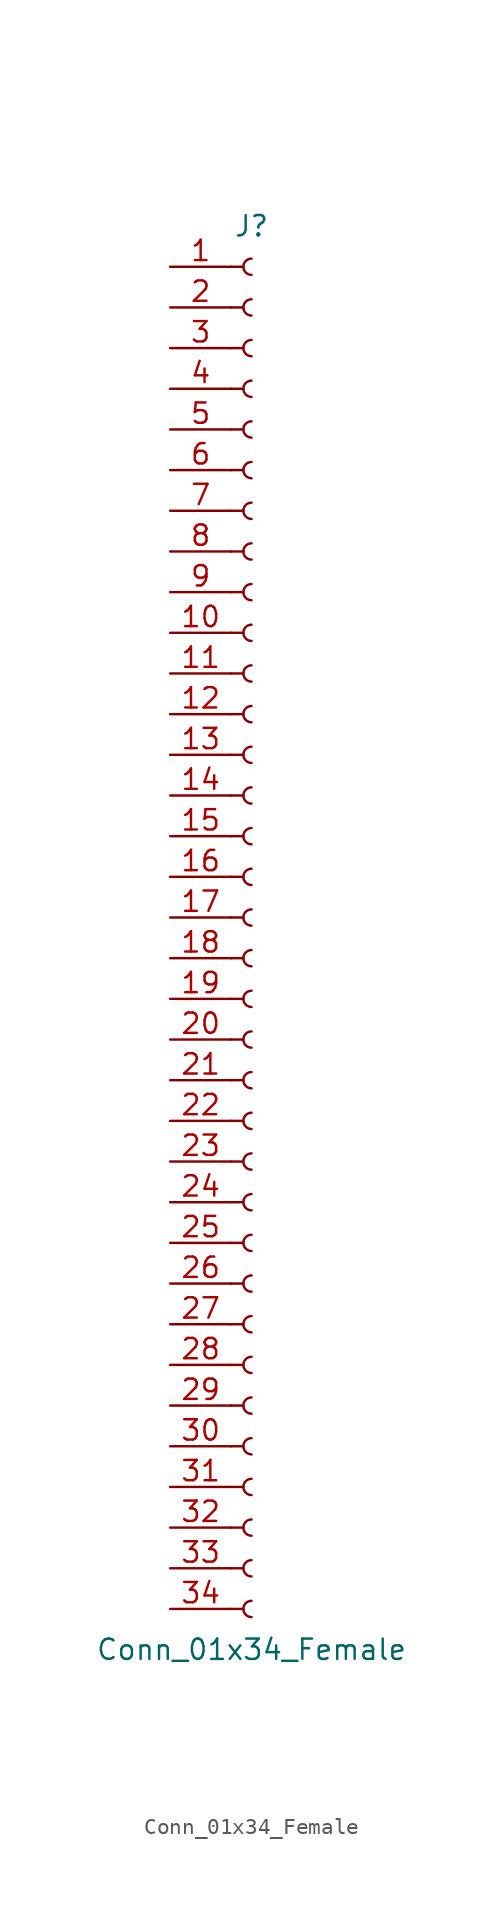
<source format=kicad_sym>
(kicad_symbol_lib
  (version 20201005)
  (generator kicad_symbol_editor)
  (symbol "Connector:Conn_01x34_Female"
    (pin_names
      (offset 1.016) hide)
    (property "Reference" "J"
      (at 0 43.18 0)
      (effects (font (size 1.27 1.27))))
    (property "Value" "Conn_01x34_Female"
      (at 0 -45.72 0)
      (effects (font (size 1.27 1.27))))
    (symbol "Conn_01x34_Female_1_1"
      (arc (start 0 -42.672) (end 0 -43.688) (radius (at 0 -43.18) (length 0.508) (angles 90.1 -90.1)) (stroke (width 0.1524)) (fill (type none)))
      (arc (start 0 -40.132) (end 0 -41.148) (radius (at 0 -40.64) (length 0.508) (angles 90.1 -90.1)) (stroke (width 0.1524)) (fill (type none)))
      (arc (start 0 -37.592) (end 0 -38.608) (radius (at 0 -38.1) (length 0.508) (angles 90.1 -90.1)) (stroke (width 0.1524)) (fill (type none)))
      (arc (start 0 -35.052) (end 0 -36.068) (radius (at 0 -35.56) (length 0.508) (angles 90.1 -90.1)) (stroke (width 0.1524)) (fill (type none)))
      (arc (start 0 -32.512) (end 0 -33.528) (radius (at 0 -33.02) (length 0.508) (angles 90.1 -90.1)) (stroke (width 0.1524)) (fill (type none)))
      (arc (start 0 -29.972) (end 0 -30.988) (radius (at 0 -30.48) (length 0.508) (angles 90.1 -90.1)) (stroke (width 0.1524)) (fill (type none)))
      (arc (start 0 -27.432) (end 0 -28.448) (radius (at 0 -27.94) (length 0.508) (angles 90.1 -90.1)) (stroke (width 0.1524)) (fill (type none)))
      (arc (start 0 -24.892) (end 0 -25.908) (radius (at 0 -25.4) (length 0.508) (angles 90.1 -90.1)) (stroke (width 0.1524)) (fill (type none)))
      (arc (start 0 -22.352) (end 0 -23.368) (radius (at 0 -22.86) (length 0.508) (angles 90.1 -90.1)) (stroke (width 0.1524)) (fill (type none)))
      (arc (start 0 -19.812) (end 0 -20.828) (radius (at 0 -20.32) (length 0.508) (angles 90.1 -90.1)) (stroke (width 0.1524)) (fill (type none)))
      (arc (start 0 -17.272) (end 0 -18.288) (radius (at 0 -17.78) (length 0.508) (angles 90.1 -90.1)) (stroke (width 0.1524)) (fill (type none)))
      (arc (start 0 -14.732) (end 0 -15.748) (radius (at 0 -15.24) (length 0.508) (angles 90.1 -90.1)) (stroke (width 0.1524)) (fill (type none)))
      (arc (start 0 -12.192) (end 0 -13.208) (radius (at 0 -12.7) (length 0.508) (angles 90.1 -90.1)) (stroke (width 0.1524)) (fill (type none)))
      (arc (start 0 -9.652) (end 0 -10.668) (radius (at 0 -10.16) (length 0.508) (angles 90.1 -90.1)) (stroke (width 0.1524)) (fill (type none)))
      (arc (start 0 -7.112) (end 0 -8.128) (radius (at 0 -7.62) (length 0.508) (angles 90.1 -90.1)) (stroke (width 0.1524)) (fill (type none)))
      (arc (start 0 -4.572) (end 0 -5.588) (radius (at 0 -5.08) (length 0.508) (angles 90.1 -90.1)) (stroke (width 0.1524)) (fill (type none)))
      (arc (start 0 -2.032) (end 0 -3.048) (radius (at 0 -2.54) (length 0.508) (angles 90.1 -90.1)) (stroke (width 0.1524)) (fill (type none)))
      (arc (start 0 0.508) (end 0 -0.508) (radius (at 0 0) (length 0.508) (angles 90.1 -90.1)) (stroke (width 0.1524)) (fill (type none)))
      (arc (start 0 3.048) (end 0 2.032) (radius (at 0 2.54) (length 0.508) (angles 90.1 -90.1)) (stroke (width 0.1524)) (fill (type none)))
      (arc (start 0 5.588) (end 0 4.572) (radius (at 0 5.08) (length 0.508) (angles 90.1 -90.1)) (stroke (width 0.1524)) (fill (type none)))
      (arc (start 0 8.128) (end 0 7.112) (radius (at 0 7.62) (length 0.508) (angles 90.1 -90.1)) (stroke (width 0.1524)) (fill (type none)))
      (arc (start 0 10.668) (end 0 9.652) (radius (at 0 10.16) (length 0.508) (angles 90.1 -90.1)) (stroke (width 0.1524)) (fill (type none)))
      (arc (start 0 13.208) (end 0 12.192) (radius (at 0 12.7) (length 0.508) (angles 90.1 -90.1)) (stroke (width 0.1524)) (fill (type none)))
      (arc (start 0 15.748) (end 0 14.732) (radius (at 0 15.24) (length 0.508) (angles 90.1 -90.1)) (stroke (width 0.1524)) (fill (type none)))
      (arc (start 0 18.288) (end 0 17.272) (radius (at 0 17.78) (length 0.508) (angles 90.1 -90.1)) (stroke (width 0.1524)) (fill (type none)))
      (arc (start 0 20.828) (end 0 19.812) (radius (at 0 20.32) (length 0.508) (angles 90.1 -90.1)) (stroke (width 0.1524)) (fill (type none)))
      (arc (start 0 23.368) (end 0 22.352) (radius (at 0 22.86) (length 0.508) (angles 90.1 -90.1)) (stroke (width 0.1524)) (fill (type none)))
      (arc (start 0 25.908) (end 0 24.892) (radius (at 0 25.4) (length 0.508) (angles 90.1 -90.1)) (stroke (width 0.1524)) (fill (type none)))
      (arc (start 0 28.448) (end 0 27.432) (radius (at 0 27.94) (length 0.508) (angles 90.1 -90.1)) (stroke (width 0.1524)) (fill (type none)))
      (arc (start 0 30.988) (end 0 29.972) (radius (at 0 30.48) (length 0.508) (angles 90.1 -90.1)) (stroke (width 0.1524)) (fill (type none)))
      (arc (start 0 33.528) (end 0 32.512) (radius (at 0 33.02) (length 0.508) (angles 90.1 -90.1)) (stroke (width 0.1524)) (fill (type none)))
      (arc (start 0 36.068) (end 0 35.052) (radius (at 0 35.56) (length 0.508) (angles 90.1 -90.1)) (stroke (width 0.1524)) (fill (type none)))
      (arc (start 0 38.608) (end 0 37.592) (radius (at 0 38.1) (length 0.508) (angles 90.1 -90.1)) (stroke (width 0.1524)) (fill (type none)))
      (arc (start 0 41.148) (end 0 40.132) (radius (at 0 40.64) (length 0.508) (angles 90.1 -90.1)) (stroke (width 0.1524)) (fill (type none)))
      (polyline (pts (xy -1.27 -43.18) (xy -0.508 -43.18)) (stroke (width 0.152)) (fill (type none)))
      (polyline (pts (xy -1.27 -40.64) (xy -0.508 -40.64)) (stroke (width 0.152)) (fill (type none)))
      (polyline (pts (xy -1.27 -38.1) (xy -0.508 -38.1)) (stroke (width 0.152)) (fill (type none)))
      (polyline (pts (xy -1.27 -35.56) (xy -0.508 -35.56)) (stroke (width 0.152)) (fill (type none)))
      (polyline (pts (xy -1.27 -33.02) (xy -0.508 -33.02)) (stroke (width 0.152)) (fill (type none)))
      (polyline (pts (xy -1.27 -30.48) (xy -0.508 -30.48)) (stroke (width 0.152)) (fill (type none)))
      (polyline (pts (xy -1.27 -27.94) (xy -0.508 -27.94)) (stroke (width 0.152)) (fill (type none)))
      (polyline (pts (xy -1.27 -25.4) (xy -0.508 -25.4)) (stroke (width 0.152)) (fill (type none)))
      (polyline (pts (xy -1.27 -22.86) (xy -0.508 -22.86)) (stroke (width 0.152)) (fill (type none)))
      (polyline (pts (xy -1.27 -20.32) (xy -0.508 -20.32)) (stroke (width 0.152)) (fill (type none)))
      (polyline (pts (xy -1.27 -17.78) (xy -0.508 -17.78)) (stroke (width 0.152)) (fill (type none)))
      (polyline (pts (xy -1.27 -15.24) (xy -0.508 -15.24)) (stroke (width 0.152)) (fill (type none)))
      (polyline (pts (xy -1.27 -12.7) (xy -0.508 -12.7)) (stroke (width 0.152)) (fill (type none)))
      (polyline (pts (xy -1.27 -10.16) (xy -0.508 -10.16)) (stroke (width 0.152)) (fill (type none)))
      (polyline (pts (xy -1.27 -7.62) (xy -0.508 -7.62)) (stroke (width 0.152)) (fill (type none)))
      (polyline (pts (xy -1.27 -5.08) (xy -0.508 -5.08)) (stroke (width 0.152)) (fill (type none)))
      (polyline (pts (xy -1.27 -2.54) (xy -0.508 -2.54)) (stroke (width 0.152)) (fill (type none)))
      (polyline (pts (xy -1.27 0) (xy -0.508 0)) (stroke (width 0.152)) (fill (type none)))
      (polyline (pts (xy -1.27 2.54) (xy -0.508 2.54)) (stroke (width 0.152)) (fill (type none)))
      (polyline (pts (xy -1.27 5.08) (xy -0.508 5.08)) (stroke (width 0.152)) (fill (type none)))
      (polyline (pts (xy -1.27 7.62) (xy -0.508 7.62)) (stroke (width 0.152)) (fill (type none)))
      (polyline (pts (xy -1.27 10.16) (xy -0.508 10.16)) (stroke (width 0.152)) (fill (type none)))
      (polyline (pts (xy -1.27 12.7) (xy -0.508 12.7)) (stroke (width 0.152)) (fill (type none)))
      (polyline (pts (xy -1.27 15.24) (xy -0.508 15.24)) (stroke (width 0.152)) (fill (type none)))
      (polyline (pts (xy -1.27 17.78) (xy -0.508 17.78)) (stroke (width 0.152)) (fill (type none)))
      (polyline (pts (xy -1.27 20.32) (xy -0.508 20.32)) (stroke (width 0.152)) (fill (type none)))
      (polyline (pts (xy -1.27 22.86) (xy -0.508 22.86)) (stroke (width 0.152)) (fill (type none)))
      (polyline (pts (xy -1.27 25.4) (xy -0.508 25.4)) (stroke (width 0.152)) (fill (type none)))
      (polyline (pts (xy -1.27 27.94) (xy -0.508 27.94)) (stroke (width 0.152)) (fill (type none)))
      (polyline (pts (xy -1.27 30.48) (xy -0.508 30.48)) (stroke (width 0.152)) (fill (type none)))
      (polyline (pts (xy -1.27 33.02) (xy -0.508 33.02)) (stroke (width 0.152)) (fill (type none)))
      (polyline (pts (xy -1.27 35.56) (xy -0.508 35.56)) (stroke (width 0.152)) (fill (type none)))
      (polyline (pts (xy -1.27 38.1) (xy -0.508 38.1)) (stroke (width 0.152)) (fill (type none)))
      (polyline (pts (xy -1.27 40.64) (xy -0.508 40.64)) (stroke (width 0.152)) (fill (type none)))
      (pin passive line (at -5.08 40.64 0) (length 3.81) (name "Pin_1" (effects (font (size 1.27 1.27)))) (number "1" (effects (font (size 1.27 1.27)))))
      (pin passive line (at -5.08 17.78 0) (length 3.81) (name "Pin_10" (effects (font (size 1.27 1.27)))) (number "10" (effects (font (size 1.27 1.27)))))
      (pin passive line (at -5.08 15.24 0) (length 3.81) (name "Pin_11" (effects (font (size 1.27 1.27)))) (number "11" (effects (font (size 1.27 1.27)))))
      (pin passive line (at -5.08 12.7 0) (length 3.81) (name "Pin_12" (effects (font (size 1.27 1.27)))) (number "12" (effects (font (size 1.27 1.27)))))
      (pin passive line (at -5.08 10.16 0) (length 3.81) (name "Pin_13" (effects (font (size 1.27 1.27)))) (number "13" (effects (font (size 1.27 1.27)))))
      (pin passive line (at -5.08 7.62 0) (length 3.81) (name "Pin_14" (effects (font (size 1.27 1.27)))) (number "14" (effects (font (size 1.27 1.27)))))
      (pin passive line (at -5.08 5.08 0) (length 3.81) (name "Pin_15" (effects (font (size 1.27 1.27)))) (number "15" (effects (font (size 1.27 1.27)))))
      (pin passive line (at -5.08 2.54 0) (length 3.81) (name "Pin_16" (effects (font (size 1.27 1.27)))) (number "16" (effects (font (size 1.27 1.27)))))
      (pin passive line (at -5.08 0 0) (length 3.81) (name "Pin_17" (effects (font (size 1.27 1.27)))) (number "17" (effects (font (size 1.27 1.27)))))
      (pin passive line (at -5.08 -2.54 0) (length 3.81) (name "Pin_18" (effects (font (size 1.27 1.27)))) (number "18" (effects (font (size 1.27 1.27)))))
      (pin passive line (at -5.08 -5.08 0) (length 3.81) (name "Pin_19" (effects (font (size 1.27 1.27)))) (number "19" (effects (font (size 1.27 1.27)))))
      (pin passive line (at -5.08 38.1 0) (length 3.81) (name "Pin_2" (effects (font (size 1.27 1.27)))) (number "2" (effects (font (size 1.27 1.27)))))
      (pin passive line (at -5.08 -7.62 0) (length 3.81) (name "Pin_20" (effects (font (size 1.27 1.27)))) (number "20" (effects (font (size 1.27 1.27)))))
      (pin passive line (at -5.08 -10.16 0) (length 3.81) (name "Pin_21" (effects (font (size 1.27 1.27)))) (number "21" (effects (font (size 1.27 1.27)))))
      (pin passive line (at -5.08 -12.7 0) (length 3.81) (name "Pin_22" (effects (font (size 1.27 1.27)))) (number "22" (effects (font (size 1.27 1.27)))))
      (pin passive line (at -5.08 -15.24 0) (length 3.81) (name "Pin_23" (effects (font (size 1.27 1.27)))) (number "23" (effects (font (size 1.27 1.27)))))
      (pin passive line (at -5.08 -17.78 0) (length 3.81) (name "Pin_24" (effects (font (size 1.27 1.27)))) (number "24" (effects (font (size 1.27 1.27)))))
      (pin passive line (at -5.08 -20.32 0) (length 3.81) (name "Pin_25" (effects (font (size 1.27 1.27)))) (number "25" (effects (font (size 1.27 1.27)))))
      (pin passive line (at -5.08 -22.86 0) (length 3.81) (name "Pin_26" (effects (font (size 1.27 1.27)))) (number "26" (effects (font (size 1.27 1.27)))))
      (pin passive line (at -5.08 -25.4 0) (length 3.81) (name "Pin_27" (effects (font (size 1.27 1.27)))) (number "27" (effects (font (size 1.27 1.27)))))
      (pin passive line (at -5.08 -27.94 0) (length 3.81) (name "Pin_28" (effects (font (size 1.27 1.27)))) (number "28" (effects (font (size 1.27 1.27)))))
      (pin passive line (at -5.08 -30.48 0) (length 3.81) (name "Pin_29" (effects (font (size 1.27 1.27)))) (number "29" (effects (font (size 1.27 1.27)))))
      (pin passive line (at -5.08 35.56 0) (length 3.81) (name "Pin_3" (effects (font (size 1.27 1.27)))) (number "3" (effects (font (size 1.27 1.27)))))
      (pin passive line (at -5.08 -33.02 0) (length 3.81) (name "Pin_30" (effects (font (size 1.27 1.27)))) (number "30" (effects (font (size 1.27 1.27)))))
      (pin passive line (at -5.08 -35.56 0) (length 3.81) (name "Pin_31" (effects (font (size 1.27 1.27)))) (number "31" (effects (font (size 1.27 1.27)))))
      (pin passive line (at -5.08 -38.1 0) (length 3.81) (name "Pin_32" (effects (font (size 1.27 1.27)))) (number "32" (effects (font (size 1.27 1.27)))))
      (pin passive line (at -5.08 -40.64 0) (length 3.81) (name "Pin_33" (effects (font (size 1.27 1.27)))) (number "33" (effects (font (size 1.27 1.27)))))
      (pin passive line (at -5.08 -43.18 0) (length 3.81) (name "Pin_34" (effects (font (size 1.27 1.27)))) (number "34" (effects (font (size 1.27 1.27)))))
      (pin passive line (at -5.08 33.02 0) (length 3.81) (name "Pin_4" (effects (font (size 1.27 1.27)))) (number "4" (effects (font (size 1.27 1.27)))))
      (pin passive line (at -5.08 30.48 0) (length 3.81) (name "Pin_5" (effects (font (size 1.27 1.27)))) (number "5" (effects (font (size 1.27 1.27)))))
      (pin passive line (at -5.08 27.94 0) (length 3.81) (name "Pin_6" (effects (font (size 1.27 1.27)))) (number "6" (effects (font (size 1.27 1.27)))))
      (pin passive line (at -5.08 25.4 0) (length 3.81) (name "Pin_7" (effects (font (size 1.27 1.27)))) (number "7" (effects (font (size 1.27 1.27)))))
      (pin passive line (at -5.08 22.86 0) (length 3.81) (name "Pin_8" (effects (font (size 1.27 1.27)))) (number "8" (effects (font (size 1.27 1.27)))))
      (pin passive line (at -5.08 20.32 0) (length 3.81) (name "Pin_9" (effects (font (size 1.27 1.27)))) (number "9" (effects (font (size 1.27 1.27))))))))
</source>
